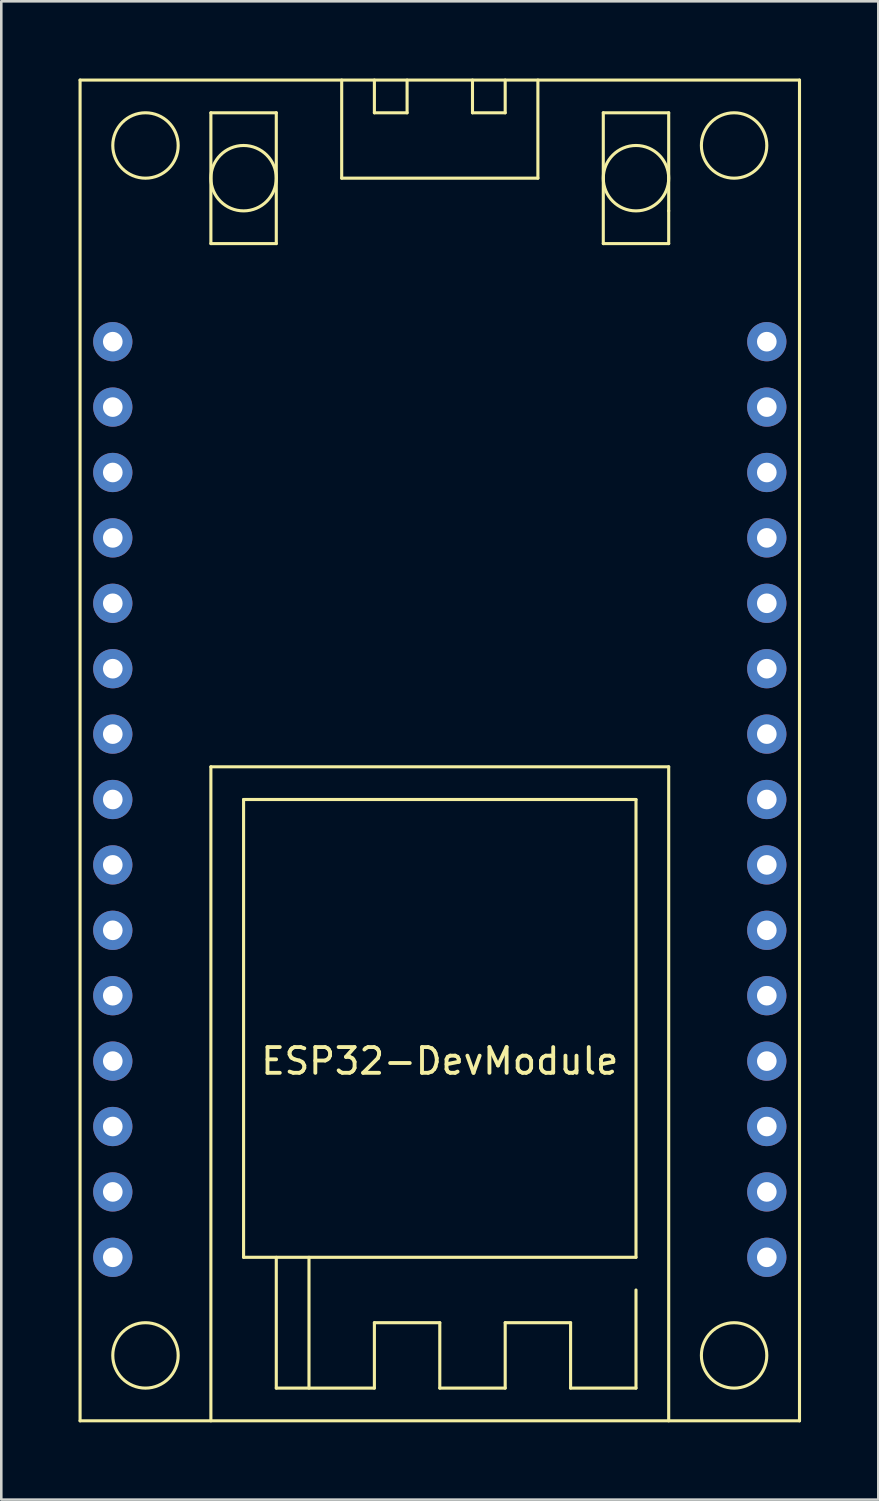
<source format=kicad_pcb>
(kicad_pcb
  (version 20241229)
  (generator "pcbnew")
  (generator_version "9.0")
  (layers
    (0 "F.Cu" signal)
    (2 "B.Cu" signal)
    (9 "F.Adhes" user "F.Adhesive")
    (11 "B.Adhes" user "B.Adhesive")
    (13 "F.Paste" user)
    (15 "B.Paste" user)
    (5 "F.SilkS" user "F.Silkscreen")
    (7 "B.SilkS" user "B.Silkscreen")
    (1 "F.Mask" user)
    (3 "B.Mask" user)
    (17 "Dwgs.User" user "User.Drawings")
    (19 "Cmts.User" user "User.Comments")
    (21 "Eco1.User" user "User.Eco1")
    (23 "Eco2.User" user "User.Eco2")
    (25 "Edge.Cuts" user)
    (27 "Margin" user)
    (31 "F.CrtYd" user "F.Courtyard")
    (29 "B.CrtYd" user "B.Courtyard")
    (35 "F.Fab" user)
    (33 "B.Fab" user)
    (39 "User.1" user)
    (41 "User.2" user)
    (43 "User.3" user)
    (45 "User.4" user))
  (footprint "ESP32-DevModule"
    (layer "F.Cu")
    (at 14.03 28)
    (property "Reference" "ESP32-DevModule" (at 0 10.16 0) (layer "F.SilkS") (effects (font (size 1 1) (thickness 0.15))))
    (attr through_hole)
    (fp_line (start -13.97 -27.94) (end -13.97 24.13) (stroke (width 0.12) (type solid)) (layer "F.SilkS"))
    (fp_line (start -13.97 24.13) (end 13.97 24.13) (stroke (width 0.12) (type solid)) (layer "F.SilkS"))
    (fp_line (start -8.89 -26.67) (end -8.89 -21.59) (stroke (width 0.12) (type solid)) (layer "F.SilkS"))
    (fp_line (start -8.89 -21.59) (end -6.35 -21.59) (stroke (width 0.12) (type solid)) (layer "F.SilkS"))
    (fp_line (start -8.89 -1.27) (end 8.89 -1.27) (stroke (width 0.12) (type solid)) (layer "F.SilkS"))
    (fp_line (start -8.89 24.13) (end -8.89 -1.27) (stroke (width 0.12) (type solid)) (layer "F.SilkS"))
    (fp_line (start -7.62 0) (end 7.62 0) (stroke (width 0.12) (type solid)) (layer "F.SilkS"))
    (fp_line (start -7.62 17.78) (end -7.62 0) (stroke (width 0.12) (type solid)) (layer "F.SilkS"))
    (fp_line (start -6.35 -26.67) (end -8.89 -26.67) (stroke (width 0.12) (type solid)) (layer "F.SilkS"))
    (fp_line (start -6.35 -21.59) (end -6.35 -26.67) (stroke (width 0.12) (type solid)) (layer "F.SilkS"))
    (fp_line (start -6.35 22.86) (end -6.35 17.78) (stroke (width 0.12) (type solid)) (layer "F.SilkS"))
    (fp_line (start -5.08 17.78) (end -5.08 22.86) (stroke (width 0.12) (type solid)) (layer "F.SilkS"))
    (fp_line (start -3.81 -24.13) (end -3.81 -27.94) (stroke (width 0.12) (type solid)) (layer "F.SilkS"))
    (fp_line (start -2.54 -27.94) (end -2.54 -26.67) (stroke (width 0.12) (type solid)) (layer "F.SilkS"))
    (fp_line (start -2.54 -26.67) (end -1.27 -26.67) (stroke (width 0.12) (type solid)) (layer "F.SilkS"))
    (fp_line (start -2.54 20.32) (end 0 20.32) (stroke (width 0.12) (type solid)) (layer "F.SilkS"))
    (fp_line (start -2.54 22.86) (end -6.35 22.86) (stroke (width 0.12) (type solid)) (layer "F.SilkS"))
    (fp_line (start -2.54 22.86) (end -2.54 20.32) (stroke (width 0.12) (type solid)) (layer "F.SilkS"))
    (fp_line (start -1.27 -26.67) (end -1.27 -27.94) (stroke (width 0.12) (type solid)) (layer "F.SilkS"))
    (fp_line (start 0 20.32) (end 0 22.86) (stroke (width 0.12) (type solid)) (layer "F.SilkS"))
    (fp_line (start 0 22.86) (end 2.54 22.86) (stroke (width 0.12) (type solid)) (layer "F.SilkS"))
    (fp_line (start 1.27 -27.94) (end 1.27 -26.67) (stroke (width 0.12) (type solid)) (layer "F.SilkS"))
    (fp_line (start 1.27 -26.67) (end 2.54 -26.67) (stroke (width 0.12) (type solid)) (layer "F.SilkS"))
    (fp_line (start 2.54 -26.67) (end 2.54 -27.94) (stroke (width 0.12) (type solid)) (layer "F.SilkS"))
    (fp_line (start 2.54 20.32) (end 5.08 20.32) (stroke (width 0.12) (type solid)) (layer "F.SilkS"))
    (fp_line (start 2.54 22.86) (end 2.54 20.32) (stroke (width 0.12) (type solid)) (layer "F.SilkS"))
    (fp_line (start 3.81 -27.94) (end 3.81 -24.13) (stroke (width 0.12) (type solid)) (layer "F.SilkS"))
    (fp_line (start 3.81 -24.13) (end -3.81 -24.13) (stroke (width 0.12) (type solid)) (layer "F.SilkS"))
    (fp_line (start 5.08 20.32) (end 5.08 22.86) (stroke (width 0.12) (type solid)) (layer "F.SilkS"))
    (fp_line (start 5.08 22.86) (end 7.62 22.86) (stroke (width 0.12) (type solid)) (layer "F.SilkS"))
    (fp_line (start 6.35 -26.67) (end 8.89 -26.67) (stroke (width 0.12) (type solid)) (layer "F.SilkS"))
    (fp_line (start 6.35 -21.59) (end 6.35 -26.67) (stroke (width 0.12) (type solid)) (layer "F.SilkS"))
    (fp_line (start 7.62 0) (end 7.62 17.78) (stroke (width 0.12) (type solid)) (layer "F.SilkS"))
    (fp_line (start 7.62 17.78) (end -7.62 17.78) (stroke (width 0.12) (type solid)) (layer "F.SilkS"))
    (fp_line (start 7.62 22.86) (end 7.62 19.05) (stroke (width 0.12) (type solid)) (layer "F.SilkS"))
    (fp_line (start 8.89 -26.67) (end 8.89 -22.86) (stroke (width 0.12) (type solid)) (layer "F.SilkS"))
    (fp_line (start 8.89 -22.86) (end 8.89 -21.59) (stroke (width 0.12) (type solid)) (layer "F.SilkS"))
    (fp_line (start 8.89 -21.59) (end 6.35 -21.59) (stroke (width 0.12) (type solid)) (layer "F.SilkS"))
    (fp_line (start 8.89 -1.27) (end 8.89 24.13) (stroke (width 0.12) (type solid)) (layer "F.SilkS"))
    (fp_line (start 13.97 -27.94) (end -13.97 -27.94) (stroke (width 0.12) (type solid)) (layer "F.SilkS"))
    (fp_line (start 13.97 24.13) (end 13.97 -27.94) (stroke (width 0.12) (type solid)) (layer "F.SilkS"))
    (fp_circle (center -11.43 -25.4) (end -11.43 -24.13) (stroke (width 0.12) (type solid)) (fill no) (layer "F.SilkS"))
    (fp_circle (center -11.43 21.59) (end -11.43 22.86) (stroke (width 0.12) (type solid)) (fill no) (layer "F.SilkS"))
    (fp_circle (center -7.62 -24.13) (end -7.62 -25.4) (stroke (width 0.12) (type solid)) (fill no) (layer "F.SilkS"))
    (fp_circle (center 7.62 -24.13) (end 7.62 -22.86) (stroke (width 0.12) (type solid)) (fill no) (layer "F.SilkS"))
    (fp_circle (center 11.43 -25.4) (end 11.43 -24.13) (stroke (width 0.12) (type solid)) (fill no) (layer "F.SilkS"))
    (fp_circle (center 11.43 21.59) (end 11.43 22.86) (stroke (width 0.12) (type solid)) (fill no) (layer "F.SilkS"))
    (pad "1" thru_hole circle (at -12.7 -17.78) (size 1.524 1.524) (drill 0.762) (layers "*.Cu" "*.Mask"))
    (pad "2" thru_hole circle (at -12.7 -15.24) (size 1.524 1.524) (drill 0.762) (layers "*.Cu" "*.Mask"))
    (pad "3" thru_hole circle (at -12.7 -12.7) (size 1.524 1.524) (drill 0.762) (layers "*.Cu" "*.Mask"))
    (pad "4" thru_hole circle (at -12.7 -10.16) (size 1.524 1.524) (drill 0.762) (layers "*.Cu" "*.Mask"))
    (pad "5" thru_hole circle (at -12.7 -7.62) (size 1.524 1.524) (drill 0.762) (layers "*.Cu" "*.Mask"))
    (pad "6" thru_hole circle (at -12.7 -5.08) (size 1.524 1.524) (drill 0.762) (layers "*.Cu" "*.Mask"))
    (pad "7" thru_hole circle (at -12.7 -2.54) (size 1.524 1.524) (drill 0.762) (layers "*.Cu" "*.Mask"))
    (pad "8" thru_hole circle (at -12.7 0) (size 1.524 1.524) (drill 0.762) (layers "*.Cu" "*.Mask"))
    (pad "9" thru_hole circle (at -12.7 2.54) (size 1.524 1.524) (drill 0.762) (layers "*.Cu" "*.Mask"))
    (pad "10" thru_hole circle (at -12.7 5.08) (size 1.524 1.524) (drill 0.762) (layers "*.Cu" "*.Mask"))
    (pad "11" thru_hole circle (at -12.7 7.62) (size 1.524 1.524) (drill 0.762) (layers "*.Cu" "*.Mask"))
    (pad "12" thru_hole circle (at -12.7 10.16) (size 1.524 1.524) (drill 0.762) (layers "*.Cu" "*.Mask"))
    (pad "13" thru_hole circle (at -12.7 12.7) (size 1.524 1.524) (drill 0.762) (layers "*.Cu" "*.Mask"))
    (pad "14" thru_hole circle (at -12.7 15.24) (size 1.524 1.524) (drill 0.762) (layers "*.Cu" "*.Mask"))
    (pad "15" thru_hole circle (at -12.7 17.78) (size 1.524 1.524) (drill 0.762) (layers "*.Cu" "*.Mask"))
    (pad "16" thru_hole circle (at 12.7 17.78) (size 1.524 1.524) (drill 0.762) (layers "*.Cu" "*.Mask"))
    (pad "17" thru_hole circle (at 12.7 15.24) (size 1.524 1.524) (drill 0.762) (layers "*.Cu" "*.Mask"))
    (pad "18" thru_hole circle (at 12.7 12.7) (size 1.524 1.524) (drill 0.762) (layers "*.Cu" "*.Mask"))
    (pad "19" thru_hole circle (at 12.7 10.16) (size 1.524 1.524) (drill 0.762) (layers "*.Cu" "*.Mask"))
    (pad "20" thru_hole circle (at 12.7 7.62) (size 1.524 1.524) (drill 0.762) (layers "*.Cu" "*.Mask"))
    (pad "21" thru_hole circle (at 12.7 5.08) (size 1.524 1.524) (drill 0.762) (layers "*.Cu" "*.Mask"))
    (pad "22" thru_hole circle (at 12.7 2.54) (size 1.524 1.524) (drill 0.762) (layers "*.Cu" "*.Mask"))
    (pad "23" thru_hole circle (at 12.7 0) (size 1.524 1.524) (drill 0.762) (layers "*.Cu" "*.Mask"))
    (pad "24" thru_hole circle (at 12.7 -2.54) (size 1.524 1.524) (drill 0.762) (layers "*.Cu" "*.Mask"))
    (pad "25" thru_hole circle (at 12.7 -5.08) (size 1.524 1.524) (drill 0.762) (layers "*.Cu" "*.Mask"))
    (pad "26" thru_hole circle (at 12.7 -7.62) (size 1.524 1.524) (drill 0.762) (layers "*.Cu" "*.Mask"))
    (pad "27" thru_hole circle (at 12.7 -10.16) (size 1.524 1.524) (drill 0.762) (layers "*.Cu" "*.Mask"))
    (pad "28" thru_hole circle (at 12.7 -12.7) (size 1.524 1.524) (drill 0.762) (layers "*.Cu" "*.Mask"))
    (pad "29" thru_hole circle (at 12.7 -15.24) (size 1.524 1.524) (drill 0.762) (layers "*.Cu" "*.Mask"))
    (pad "30" thru_hole circle (at 12.7 -17.78) (size 1.524 1.524) (drill 0.762) (layers "*.Cu" "*.Mask")))
  (gr_rect
    (start -3 -3)
    (end 31.06 55.19)
    (stroke (width 0.1) (type default))
    (fill no)
    (layer "Edge.Cuts")))
</source>
